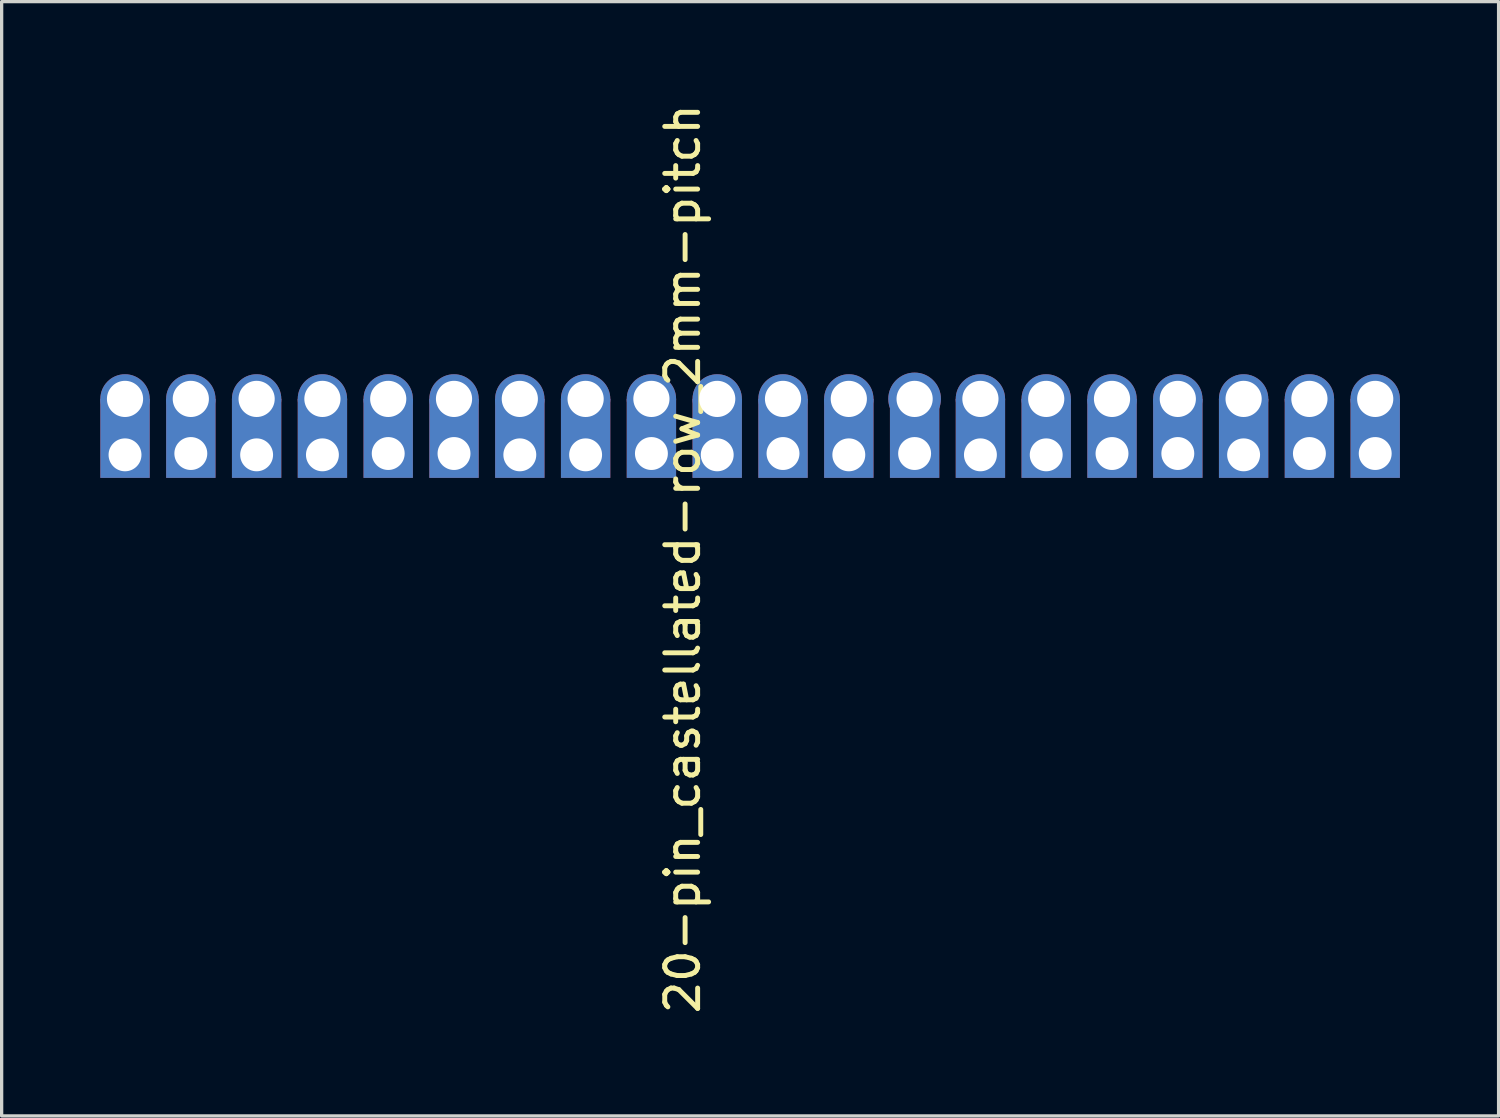
<source format=kicad_pcb>
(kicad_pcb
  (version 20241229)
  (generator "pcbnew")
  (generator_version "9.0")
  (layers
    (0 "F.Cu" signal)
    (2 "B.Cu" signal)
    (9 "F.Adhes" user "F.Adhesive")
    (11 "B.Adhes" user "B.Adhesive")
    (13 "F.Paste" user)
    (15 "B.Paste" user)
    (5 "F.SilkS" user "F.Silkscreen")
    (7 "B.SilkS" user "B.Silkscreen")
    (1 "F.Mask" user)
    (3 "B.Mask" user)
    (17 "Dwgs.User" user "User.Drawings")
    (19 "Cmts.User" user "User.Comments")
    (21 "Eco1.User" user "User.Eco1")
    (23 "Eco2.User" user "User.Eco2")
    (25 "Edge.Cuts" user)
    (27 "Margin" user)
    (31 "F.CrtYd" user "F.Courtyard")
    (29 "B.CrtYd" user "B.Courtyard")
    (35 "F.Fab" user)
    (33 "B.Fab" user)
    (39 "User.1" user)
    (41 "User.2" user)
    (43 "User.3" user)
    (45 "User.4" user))
  (footprint "20-pin_castellated-row_2mm-pitch"
    (layer "F.Cu")
    (at 17.75 13.735)
    (property "Reference" "20-pin_castellated-row_2mm-pitch" (at -0.05 0.2 90) (layer "F.SilkS") (effects (font (size 1 1) (thickness 0.15))))
    (attr through_hole)
    (pad "1" thru_hole circle (at -17 -4.66) (size 1.5 1.5) (drill 1.1) (layers "*.Cu" "*.Mask"))
    (pad "1" smd rect (at -17 -3.46) (size 1.5 2.4) (layers "F.Cu" "F.Mask" "F.Paste"))
    (pad "1" smd rect (at -17 -3.46) (size 1.5 2.4) (layers "B.Cu" "B.Mask" "B.Paste"))
    (pad "1" thru_hole circle (at -17 -2.96) (size 1.1 1.1) (drill 1) (layers "*.Cu" "*.Mask"))
    (pad "2" thru_hole circle (at -15 -4.66) (size 1.5 1.5) (drill 1.1) (layers "*.Cu" "*.Mask"))
    (pad "2" smd rect (at -15 -3.46) (size 1.5 2.4) (layers "F.Cu" "F.Mask" "F.Paste"))
    (pad "2" smd rect (at -15 -3.46) (size 1.5 2.4) (layers "B.Cu" "B.Mask" "B.Paste"))
    (pad "2" thru_hole circle (at -15 -3) (size 1.1 1.1) (drill 1) (layers "*.Cu" "*.Mask"))
    (pad "3" thru_hole circle (at -13 -4.66) (size 1.5 1.5) (drill 1.1) (layers "*.Cu" "*.Mask"))
    (pad "3" smd rect (at -13 -3.46) (size 1.5 2.4) (layers "F.Cu" "F.Mask" "F.Paste"))
    (pad "3" smd rect (at -13 -3.46) (size 1.5 2.4) (layers "B.Cu" "B.Mask" "B.Paste"))
    (pad "3" thru_hole circle (at -13 -2.96) (size 1.1 1.1) (drill 1) (layers "*.Cu" "*.Mask"))
    (pad "4" thru_hole circle (at -11 -4.66) (size 1.5 1.5) (drill 1.1) (layers "*.Cu" "*.Mask"))
    (pad "4" smd rect (at -11 -3.46) (size 1.5 2.4) (layers "F.Cu" "F.Mask" "F.Paste"))
    (pad "4" smd rect (at -11 -3.46) (size 1.5 2.4) (layers "B.Cu" "B.Mask" "B.Paste"))
    (pad "4" thru_hole circle (at -11 -2.96) (size 1.1 1.1) (drill 1) (layers "*.Cu" "*.Mask"))
    (pad "5" thru_hole circle (at -9 -4.66) (size 1.5 1.5) (drill 1.1) (layers "*.Cu" "*.Mask"))
    (pad "5" smd rect (at -9 -3.46) (size 1.5 2.4) (layers "F.Cu" "F.Mask" "F.Paste"))
    (pad "5" smd rect (at -9 -3.46) (size 1.5 2.4) (layers "B.Cu" "B.Mask" "B.Paste"))
    (pad "5" thru_hole circle (at -9 -3) (size 1.1 1.1) (drill 1) (layers "*.Cu" "*.Mask"))
    (pad "6" thru_hole circle (at -7 -4.66 90) (size 1.5 1.5) (drill 1.1) (layers "*.Cu" "*.Mask"))
    (pad "6" smd rect (at -7 -3.46) (size 1.5 2.4) (layers "F.Cu" "F.Mask" "F.Paste"))
    (pad "6" smd rect (at -7 -3.46) (size 1.5 2.4) (layers "B.Cu" "B.Mask" "B.Paste"))
    (pad "6" thru_hole circle (at -7 -3) (size 1.1 1.1) (drill 1) (layers "*.Cu" "*.Mask"))
    (pad "7" thru_hole circle (at -5 -4.66) (size 1.5 1.5) (drill 1.1) (layers "*.Cu" "*.Mask"))
    (pad "7" smd rect (at -5 -3.46) (size 1.5 2.4) (layers "F.Cu" "F.Mask" "F.Paste"))
    (pad "7" smd rect (at -5 -3.46) (size 1.5 2.4) (layers "B.Cu" "B.Mask" "B.Paste"))
    (pad "7" thru_hole circle (at -5 -2.96) (size 1.1 1.1) (drill 1) (layers "*.Cu" "*.Mask"))
    (pad "8" thru_hole circle (at -3 -4.66) (size 1.5 1.5) (drill 1.1) (layers "*.Cu" "*.Mask"))
    (pad "8" smd rect (at -3 -3.46) (size 1.5 2.4) (layers "F.Cu" "F.Mask" "F.Paste"))
    (pad "8" smd rect (at -3 -3.46) (size 1.5 2.4) (layers "B.Cu" "B.Mask" "B.Paste"))
    (pad "8" thru_hole circle (at -3 -2.96) (size 1.1 1.1) (drill 1) (layers "*.Cu" "*.Mask"))
    (pad "9" thru_hole circle (at -1 -4.66) (size 1.5 1.5) (drill 1.1) (layers "*.Cu" "*.Mask"))
    (pad "9" smd rect (at -1 -3.46) (size 1.5 2.4) (layers "F.Cu" "F.Mask" "F.Paste"))
    (pad "9" smd rect (at -1 -3.46) (size 1.5 2.4) (layers "B.Cu" "B.Mask" "B.Paste"))
    (pad "9" thru_hole circle (at -1 -3) (size 1.1 1.1) (drill 1) (layers "*.Cu" "*.Mask"))
    (pad "10" thru_hole circle (at 1 -4.66) (size 1.5 1.5) (drill 1.1) (layers "*.Cu" "*.Mask"))
    (pad "10" smd rect (at 1 -3.46) (size 1.5 2.4) (layers "F.Cu" "F.Mask" "F.Paste"))
    (pad "10" smd rect (at 1 -3.46) (size 1.5 2.4) (layers "B.Cu" "B.Mask" "B.Paste"))
    (pad "10" thru_hole circle (at 1 -2.96) (size 1.1 1.1) (drill 1) (layers "*.Cu" "*.Mask"))
    (pad "11" thru_hole circle (at 3 -4.66) (size 1.5 1.5) (drill 1.1) (layers "*.Cu" "*.Mask"))
    (pad "11" smd rect (at 3 -3.46) (size 1.5 2.4) (layers "F.Cu" "F.Mask" "F.Paste"))
    (pad "11" smd rect (at 3 -3.46) (size 1.5 2.4) (layers "B.Cu" "B.Mask" "B.Paste"))
    (pad "11" thru_hole circle (at 3 -3) (size 1.1 1.1) (drill 1) (layers "*.Cu" "*.Mask"))
    (pad "12" thru_hole circle (at 5 -4.66) (size 1.5 1.5) (drill 1.1) (layers "*.Cu" "*.Mask"))
    (pad "12" smd rect (at 5 -3.46) (size 1.5 2.4) (layers "F.Cu" "F.Mask" "F.Paste"))
    (pad "12" smd rect (at 5 -3.46) (size 1.5 2.4) (layers "B.Cu" "B.Mask" "B.Paste"))
    (pad "12" thru_hole circle (at 5 -2.96) (size 1.1 1.1) (drill 1) (layers "*.Cu" "*.Mask"))
    (pad "13" thru_hole circle (at 7 -4.66) (size 1.6 1.6) (drill 1.1) (layers "*.Cu" "*.Mask"))
    (pad "13" smd rect (at 7 -3.46) (size 1.5 2.4) (layers "F.Cu" "F.Mask" "F.Paste"))
    (pad "13" smd rect (at 7 -3.46) (size 1.5 2.4) (layers "B.Cu" "B.Mask" "B.Paste"))
    (pad "13" thru_hole circle (at 7 -3) (size 1.1 1.1) (drill 1) (layers "*.Cu" "*.Mask"))
    (pad "14" thru_hole circle (at 9 -4.66) (size 1.5 1.5) (drill 1.1) (layers "*.Cu" "*.Mask"))
    (pad "14" smd rect (at 9 -3.46) (size 1.5 2.4) (layers "F.Cu" "F.Mask" "F.Paste"))
    (pad "14" smd rect (at 9 -3.46) (size 1.5 2.4) (layers "B.Cu" "B.Mask" "B.Paste"))
    (pad "14" thru_hole circle (at 9 -2.96) (size 1.1 1.1) (drill 1) (layers "*.Cu" "*.Mask"))
    (pad "15" thru_hole circle (at 11 -4.66) (size 1.5 1.5) (drill 1.1) (layers "*.Cu" "*.Mask"))
    (pad "15" smd rect (at 11 -3.46) (size 1.5 2.4) (layers "F.Cu" "F.Mask" "F.Paste"))
    (pad "15" smd rect (at 11 -3.46) (size 1.5 2.4) (layers "B.Cu" "B.Mask" "B.Paste"))
    (pad "15" thru_hole circle (at 11 -2.96) (size 1.1 1.1) (drill 1) (layers "*.Cu" "*.Mask"))
    (pad "16" thru_hole circle (at 13 -4.66) (size 1.5 1.5) (drill 1.1) (layers "*.Cu" "*.Mask"))
    (pad "16" smd rect (at 13 -3.46) (size 1.5 2.4) (layers "F.Cu" "F.Mask" "F.Paste"))
    (pad "16" smd rect (at 13 -3.46) (size 1.5 2.4) (layers "B.Cu" "B.Mask" "B.Paste"))
    (pad "16" thru_hole circle (at 13 -3) (size 1.1 1.1) (drill 1) (layers "*.Cu" "*.Mask"))
    (pad "17" thru_hole circle (at 15 -4.66) (size 1.5 1.5) (drill 1.1) (layers "*.Cu" "*.Mask"))
    (pad "17" smd rect (at 15 -3.46) (size 1.5 2.4) (layers "F.Cu" "F.Mask" "F.Paste"))
    (pad "17" smd rect (at 15 -3.46) (size 1.5 2.4) (layers "B.Cu" "B.Mask" "B.Paste"))
    (pad "17" thru_hole circle (at 15 -3) (size 1.1 1.1) (drill 1) (layers "*.Cu" "*.Mask"))
    (pad "18" thru_hole circle (at 17 -4.66) (size 1.5 1.5) (drill 1.1) (layers "*.Cu" "*.Mask"))
    (pad "18" smd rect (at 17 -3.46) (size 1.5 2.4) (layers "F.Cu" "F.Mask" "F.Paste"))
    (pad "18" smd rect (at 17 -3.46) (size 1.5 2.4) (layers "B.Cu" "B.Mask" "B.Paste"))
    (pad "18" thru_hole circle (at 17 -2.96) (size 1.1 1.1) (drill 1) (layers "*.Cu" "*.Mask"))
    (pad "19" thru_hole circle (at 19 -4.66) (size 1.5 1.5) (drill 1.1) (layers "*.Cu" "*.Mask"))
    (pad "19" smd rect (at 19 -3.46) (size 1.5 2.4) (layers "F.Cu" "F.Mask" "F.Paste"))
    (pad "19" smd rect (at 19 -3.46) (size 1.5 2.4) (layers "B.Cu" "B.Mask" "B.Paste"))
    (pad "19" thru_hole circle (at 19 -3) (size 1.1 1.1) (drill 1) (layers "*.Cu" "*.Mask"))
    (pad "20" thru_hole circle (at 21 -4.66) (size 1.5 1.5) (drill 1.1) (layers "*.Cu" "*.Mask"))
    (pad "20" smd rect (at 21 -3.46) (size 1.5 2.4) (layers "F.Cu" "F.Mask" "F.Paste"))
    (pad "20" smd rect (at 21 -3.46) (size 1.5 2.4) (layers "B.Cu" "B.Mask" "B.Paste"))
    (pad "20" thru_hole circle (at 21 -3) (size 1.1 1.1) (drill 1) (layers "*.Cu" "*.Mask")))
  (gr_rect
    (start -3 -3)
    (end 42.5 30.869)
    (stroke (width 0.1) (type default))
    (fill no)
    (layer "Edge.Cuts")))
</source>
